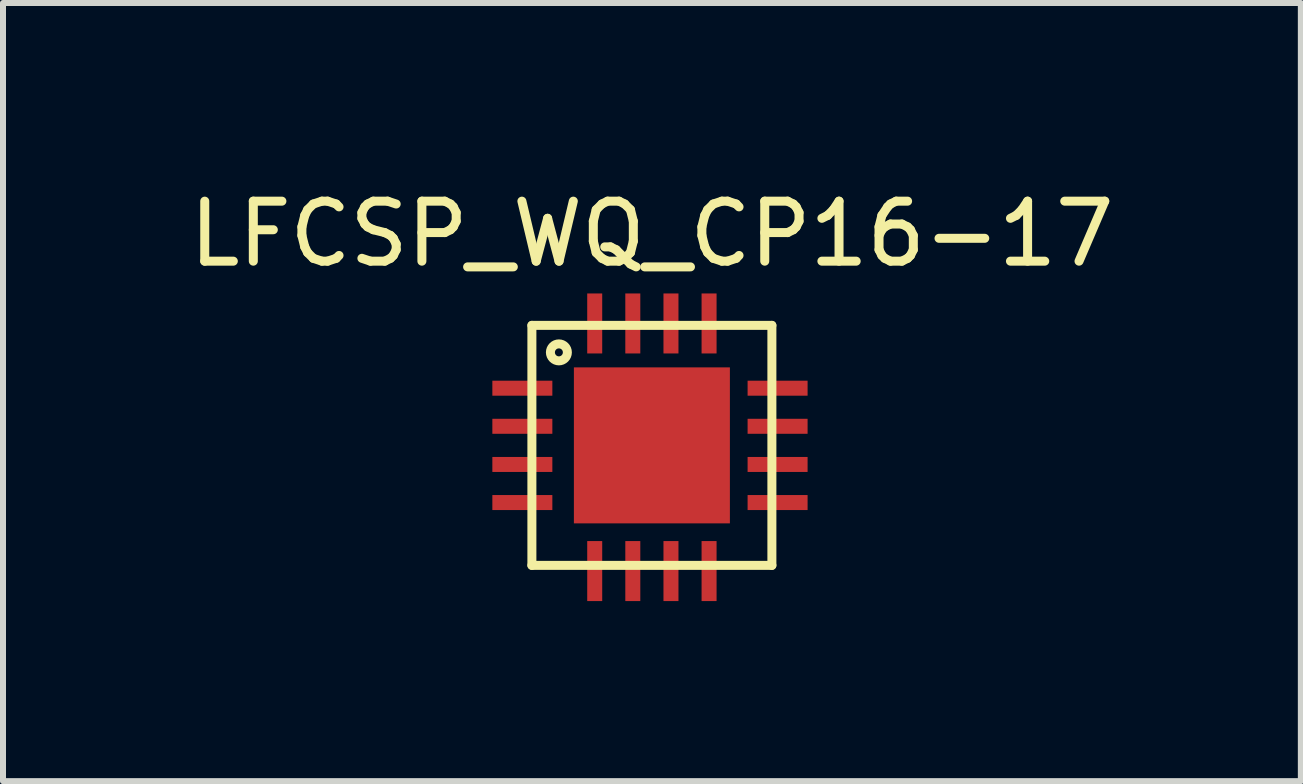
<source format=kicad_pcb>
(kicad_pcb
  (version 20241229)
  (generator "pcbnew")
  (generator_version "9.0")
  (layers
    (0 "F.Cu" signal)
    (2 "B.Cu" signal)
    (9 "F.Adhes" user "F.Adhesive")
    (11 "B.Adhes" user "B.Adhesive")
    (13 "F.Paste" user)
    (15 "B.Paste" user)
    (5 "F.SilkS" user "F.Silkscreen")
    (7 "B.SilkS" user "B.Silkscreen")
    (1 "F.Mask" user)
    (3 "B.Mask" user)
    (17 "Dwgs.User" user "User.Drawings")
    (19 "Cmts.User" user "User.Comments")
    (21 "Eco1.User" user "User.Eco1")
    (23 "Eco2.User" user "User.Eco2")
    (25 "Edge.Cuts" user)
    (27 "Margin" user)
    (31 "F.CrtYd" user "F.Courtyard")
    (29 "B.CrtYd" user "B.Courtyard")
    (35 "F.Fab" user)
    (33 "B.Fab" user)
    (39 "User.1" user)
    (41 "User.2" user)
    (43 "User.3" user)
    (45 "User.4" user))
  (footprint "LFCSP_WQ_CP16-17"
    (layer "F.Cu")
    (at 7.815 4.373)
    (property "Reference" "LFCSP_WQ_CP16-17" (at 0 -3.525 0) (layer "F.SilkS") (effects (font (size 1 1) (thickness 0.15))))
    (attr through_hole)
    (fp_line (start -2 -2) (end 2 -2) (stroke (width 0.15) (type solid)) (layer "F.SilkS"))
    (fp_line (start -2 2) (end -2 -2) (stroke (width 0.15) (type solid)) (layer "F.SilkS"))
    (fp_line (start 2 -2) (end 2 2) (stroke (width 0.15) (type solid)) (layer "F.SilkS"))
    (fp_line (start 2 2) (end -2 2) (stroke (width 0.15) (type solid)) (layer "F.SilkS"))
    (fp_circle (center -1.55 -1.55) (end -1.45 -1.45) (stroke (width 0.15) (type solid)) (fill no) (layer "F.SilkS"))
    (pad "1" smd rect (at -2.159 -0.953) (size 1 0.25) (layers "F.Cu" "F.Mask" "F.Paste"))
    (pad "2" smd rect (at -2.159 -0.318) (size 1 0.25) (layers "F.Cu" "F.Mask" "F.Paste"))
    (pad "3" smd rect (at -2.159 0.318) (size 1 0.25) (layers "F.Cu" "F.Mask" "F.Paste"))
    (pad "4" smd rect (at -2.159 0.953) (size 1 0.25) (layers "F.Cu" "F.Mask" "F.Paste"))
    (pad "5" smd rect (at -0.953 2.095 90) (size 1 0.25) (layers "F.Cu" "F.Mask" "F.Paste"))
    (pad "6" smd rect (at -0.318 2.095 90) (size 1 0.25) (layers "F.Cu" "F.Mask" "F.Paste"))
    (pad "7" smd rect (at 0.318 2.095 90) (size 1 0.25) (layers "F.Cu" "F.Mask" "F.Paste"))
    (pad "8" smd rect (at 0.953 2.095 90) (size 1 0.25) (layers "F.Cu" "F.Mask" "F.Paste"))
    (pad "9" smd rect (at 2.095 0.953 270) (size 0.25 1) (layers "F.Cu" "F.Mask" "F.Paste"))
    (pad "10" smd rect (at 2.095 0.318 270) (size 0.25 1) (layers "F.Cu" "F.Mask" "F.Paste"))
    (pad "11" smd rect (at 2.095 -0.318 270) (size 0.25 1) (layers "F.Cu" "F.Mask" "F.Paste"))
    (pad "12" smd rect (at 2.095 -0.953 270) (size 0.25 1) (layers "F.Cu" "F.Mask" "F.Paste"))
    (pad "13" smd rect (at 0.953 -2.032) (size 0.25 1) (layers "F.Cu" "F.Mask" "F.Paste"))
    (pad "14" smd rect (at 0.318 -2.032) (size 0.25 1) (layers "F.Cu" "F.Mask" "F.Paste"))
    (pad "15" smd rect (at -0.318 -2.032) (size 0.25 1) (layers "F.Cu" "F.Mask" "F.Paste"))
    (pad "16" smd rect (at -0.953 -2.032) (size 0.25 1) (layers "F.Cu" "F.Mask" "F.Paste"))
    (pad "17" smd rect (at 0 0) (size 2.6 2.6) (layers "F.Cu" "F.Mask" "F.Paste")))
  (gr_rect
    (start -3 -3)
    (end 18.631 9.969)
    (stroke (width 0.1) (type default))
    (fill no)
    (layer "Edge.Cuts")))
</source>
